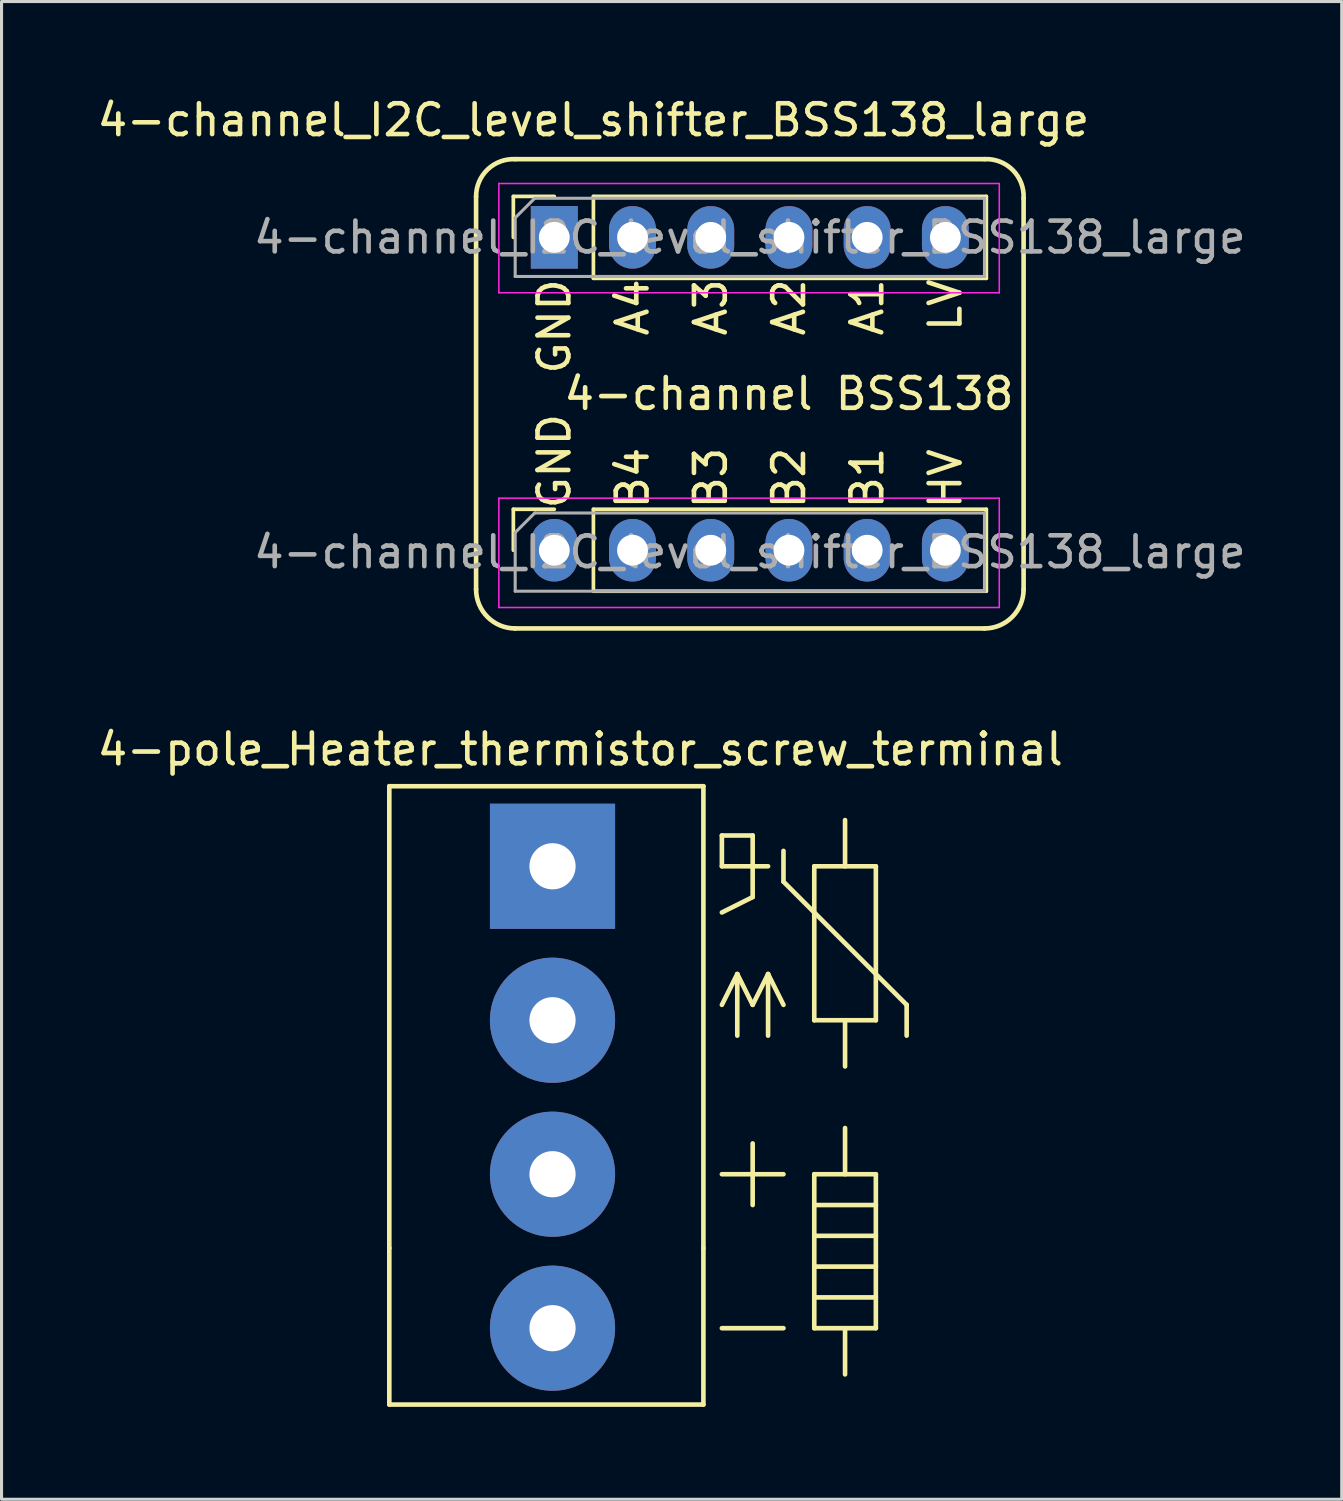
<source format=kicad_pcb>
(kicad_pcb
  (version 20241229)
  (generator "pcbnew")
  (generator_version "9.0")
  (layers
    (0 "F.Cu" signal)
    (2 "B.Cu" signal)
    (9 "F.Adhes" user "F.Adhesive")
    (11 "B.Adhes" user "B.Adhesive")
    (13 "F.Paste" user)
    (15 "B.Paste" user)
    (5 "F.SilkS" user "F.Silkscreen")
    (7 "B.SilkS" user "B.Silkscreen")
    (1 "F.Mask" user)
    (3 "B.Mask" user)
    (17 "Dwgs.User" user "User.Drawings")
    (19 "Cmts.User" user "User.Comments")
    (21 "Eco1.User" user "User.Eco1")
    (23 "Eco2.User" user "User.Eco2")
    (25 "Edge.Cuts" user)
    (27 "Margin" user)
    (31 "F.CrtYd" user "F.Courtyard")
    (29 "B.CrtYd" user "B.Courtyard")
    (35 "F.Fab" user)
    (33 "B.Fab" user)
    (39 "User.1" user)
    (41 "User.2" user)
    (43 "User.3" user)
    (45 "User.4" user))
  (footprint "4-pole_Heater_thermistor_screw_terminal"
    (layer "F.Cu")
    (at 14.892 25.081)
    (property "Reference" "4-pole_Heater_thermistor_screw_terminal" (at 0.9 -3.8 0) (layer "F.SilkS") (effects (font (size 1 1) (thickness 0.15))))
    (attr through_hole)
    (fp_line (start -5.3 -2.6) (end 4.9 -2.6) (stroke (width 0.15) (type solid)) (layer "F.SilkS"))
    (fp_line (start -5.3 12.4) (end -5.3 -2.6) (stroke (width 0.15) (type solid)) (layer "F.SilkS"))
    (fp_line (start -5.3 12.4) (end -5.3 17.48) (stroke (width 0.15) (type solid)) (layer "F.SilkS"))
    (fp_line (start 4.9 -2.6) (end 4.9 12.4) (stroke (width 0.15) (type solid)) (layer "F.SilkS"))
    (fp_line (start 4.9 17.48) (end -5.3 17.48) (stroke (width 0.15) (type solid)) (layer "F.SilkS"))
    (fp_line (start 4.9 17.48) (end 4.9 12.4) (stroke (width 0.15) (type solid)) (layer "F.SilkS"))
    (fp_line (start 5.5 -1) (end 5.5 0) (stroke (width 0.15) (type solid)) (layer "F.SilkS"))
    (fp_line (start 5.5 0) (end 7 0) (stroke (width 0.15) (type solid)) (layer "F.SilkS"))
    (fp_line (start 5.5 1.5) (end 6.5 1) (stroke (width 0.15) (type solid)) (layer "F.SilkS"))
    (fp_line (start 5.5 10) (end 7.5 10) (stroke (width 0.15) (type solid)) (layer "F.SilkS"))
    (fp_line (start 5.5 15) (end 7.5 15) (stroke (width 0.15) (type solid)) (layer "F.SilkS"))
    (fp_line (start 6 3.5) (end 5.5 4.5) (stroke (width 0.15) (type solid)) (layer "F.SilkS"))
    (fp_line (start 6 3.5) (end 6.5 4.5) (stroke (width 0.15) (type solid)) (layer "F.SilkS"))
    (fp_line (start 6 5.5) (end 6 3.5) (stroke (width 0.15) (type solid)) (layer "F.SilkS"))
    (fp_line (start 6.5 -1) (end 5.5 -1) (stroke (width 0.15) (type solid)) (layer "F.SilkS"))
    (fp_line (start 6.5 1) (end 6.5 -1) (stroke (width 0.15) (type solid)) (layer "F.SilkS"))
    (fp_line (start 6.5 11) (end 6.5 9) (stroke (width 0.15) (type solid)) (layer "F.SilkS"))
    (fp_line (start 7 3.5) (end 6.5 4.5) (stroke (width 0.15) (type solid)) (layer "F.SilkS"))
    (fp_line (start 7 3.5) (end 7.5 4.5) (stroke (width 0.15) (type solid)) (layer "F.SilkS"))
    (fp_line (start 7 5.5) (end 7 3.5) (stroke (width 0.15) (type solid)) (layer "F.SilkS"))
    (fp_line (start 7.5 0.5) (end 7.5 -0.5) (stroke (width 0.15) (type solid)) (layer "F.SilkS"))
    (fp_line (start 8.5 0) (end 8.5 5) (stroke (width 0.15) (type solid)) (layer "F.SilkS"))
    (fp_line (start 8.5 5) (end 10.5 5) (stroke (width 0.15) (type solid)) (layer "F.SilkS"))
    (fp_line (start 8.5 10) (end 10.5 10) (stroke (width 0.15) (type solid)) (layer "F.SilkS"))
    (fp_line (start 8.5 11) (end 10.5 11) (stroke (width 0.15) (type solid)) (layer "F.SilkS"))
    (fp_line (start 8.5 13) (end 10.5 13) (stroke (width 0.15) (type solid)) (layer "F.SilkS"))
    (fp_line (start 8.5 15) (end 8.5 10) (stroke (width 0.15) (type solid)) (layer "F.SilkS"))
    (fp_line (start 9.5 0) (end 9.5 -1.5) (stroke (width 0.15) (type solid)) (layer "F.SilkS"))
    (fp_line (start 9.5 5) (end 9.5 6.5) (stroke (width 0.15) (type solid)) (layer "F.SilkS"))
    (fp_line (start 9.5 10) (end 9.5 8.5) (stroke (width 0.15) (type solid)) (layer "F.SilkS"))
    (fp_line (start 9.5 15) (end 9.5 16.5) (stroke (width 0.15) (type solid)) (layer "F.SilkS"))
    (fp_line (start 10.5 0) (end 8.5 0) (stroke (width 0.15) (type solid)) (layer "F.SilkS"))
    (fp_line (start 10.5 5) (end 10.5 0) (stroke (width 0.15) (type solid)) (layer "F.SilkS"))
    (fp_line (start 10.5 10) (end 10.5 15) (stroke (width 0.15) (type solid)) (layer "F.SilkS"))
    (fp_line (start 10.5 12) (end 8.5 12) (stroke (width 0.15) (type solid)) (layer "F.SilkS"))
    (fp_line (start 10.5 14) (end 8.5 14) (stroke (width 0.15) (type solid)) (layer "F.SilkS"))
    (fp_line (start 10.5 15) (end 8.5 15) (stroke (width 0.15) (type solid)) (layer "F.SilkS"))
    (fp_line (start 11.5 4.5) (end 7.5 0.5) (stroke (width 0.15) (type solid)) (layer "F.SilkS"))
    (fp_line (start 11.5 5.5) (end 11.5 4.5) (stroke (width 0.15) (type solid)) (layer "F.SilkS"))
    (pad "1" thru_hole rect (at 0 0) (size 4.064 4.064) (drill 1.5) (layers "*.Cu" "*.Mask"))
    (pad "2" thru_hole circle (at 0 5) (size 4.064 4.064) (drill 1.5) (layers "*.Cu" "*.Mask"))
    (pad "3" thru_hole circle (at 0 10) (size 4.064 4.064) (drill 1.5) (layers "*.Cu" "*.Mask"))
    (pad "4" thru_hole circle (at 0 15) (size 4.064 4.064) (drill 1.5) (layers "*.Cu" "*.Mask")))
  (footprint "4-channel_I2C_level_shifter_BSS138_large"
    (layer "F.Cu")
    (at 14.95 4.658)
    (property "Reference" "4-channel_I2C_level_shifter_BSS138_large" (at 1.27 -3.81 180) (layer "F.SilkS") (effects (font (size 1 1) (thickness 0.15))))
    (attr through_hole)
    (fp_line (start -2.54 -1.33) (end -2.54 11.43) (stroke (width 0.15) (type solid)) (layer "F.SilkS"))
    (fp_line (start -1.33 -1.33) (end 0 -1.33) (stroke (width 0.12) (type solid)) (layer "F.SilkS"))
    (fp_line (start -1.33 0) (end -1.33 -1.33) (stroke (width 0.12) (type solid)) (layer "F.SilkS"))
    (fp_line (start -1.33 8.83) (end 0 8.83) (stroke (width 0.12) (type solid)) (layer "F.SilkS"))
    (fp_line (start -1.33 10.16) (end -1.33 8.83) (stroke (width 0.12) (type solid)) (layer "F.SilkS"))
    (fp_line (start -1.27 12.7) (end 13.97 12.7) (stroke (width 0.15) (type solid)) (layer "F.SilkS"))
    (fp_line (start 1.27 -1.33) (end 14.03 -1.33) (stroke (width 0.12) (type solid)) (layer "F.SilkS"))
    (fp_line (start 1.27 1.33) (end 1.27 -1.33) (stroke (width 0.12) (type solid)) (layer "F.SilkS"))
    (fp_line (start 1.27 1.33) (end 14.03 1.33) (stroke (width 0.12) (type solid)) (layer "F.SilkS"))
    (fp_line (start 1.27 8.83) (end 14.03 8.83) (stroke (width 0.12) (type solid)) (layer "F.SilkS"))
    (fp_line (start 1.27 11.49) (end 1.27 8.83) (stroke (width 0.12) (type solid)) (layer "F.SilkS"))
    (fp_line (start 1.27 11.49) (end 14.03 11.49) (stroke (width 0.12) (type solid)) (layer "F.SilkS"))
    (fp_line (start 13.97 -2.54) (end -1.27 -2.54) (stroke (width 0.15) (type solid)) (layer "F.SilkS"))
    (fp_line (start 14.03 1.33) (end 14.03 -1.33) (stroke (width 0.12) (type solid)) (layer "F.SilkS"))
    (fp_line (start 14.03 11.49) (end 14.03 8.83) (stroke (width 0.12) (type solid)) (layer "F.SilkS"))
    (fp_line (start 15.24 11.43) (end 15.24 -1.27) (stroke (width 0.15) (type solid)) (layer "F.SilkS"))
    (fp_arc (start -2.54 -1.33) (mid -2.164143 -2.20653) (end -1.270074 -2.538515) (stroke (width 0.15) (type solid)) (layer "F.SilkS"))
    (fp_arc (start -1.27 12.7) (mid -2.168026 12.328026) (end -2.54 11.43) (stroke (width 0.15) (type solid)) (layer "F.SilkS"))
    (fp_arc (start 13.97 -2.539999) (mid 14.88665 -2.18665) (end 15.239999 -1.27) (stroke (width 0.15) (type solid)) (layer "F.SilkS"))
    (fp_arc (start 15.24 11.43) (mid 14.868026 12.328026) (end 13.97 12.7) (stroke (width 0.15) (type solid)) (layer "F.SilkS"))
    (fp_line (start -1.8 -1.75) (end 14.45 -1.75) (stroke (width 0.05) (type solid)) (layer "F.CrtYd"))
    (fp_line (start -1.8 1.8) (end -1.8 -1.75) (stroke (width 0.05) (type solid)) (layer "F.CrtYd"))
    (fp_line (start -1.8 8.47) (end 14.45 8.47) (stroke (width 0.05) (type solid)) (layer "F.CrtYd"))
    (fp_line (start -1.8 12.02) (end -1.8 8.47) (stroke (width 0.05) (type solid)) (layer "F.CrtYd"))
    (fp_line (start 14.45 -1.75) (end 14.45 1.8) (stroke (width 0.05) (type solid)) (layer "F.CrtYd"))
    (fp_line (start 14.45 1.8) (end -1.8 1.8) (stroke (width 0.05) (type solid)) (layer "F.CrtYd"))
    (fp_line (start 14.45 8.47) (end 14.45 12.02) (stroke (width 0.05) (type solid)) (layer "F.CrtYd"))
    (fp_line (start 14.45 12.02) (end -1.8 12.02) (stroke (width 0.05) (type solid)) (layer "F.CrtYd"))
    (fp_line (start -1.27 -0.635) (end -0.635 -1.27) (stroke (width 0.1) (type solid)) (layer "F.Fab"))
    (fp_line (start -1.27 1.27) (end -1.27 -0.635) (stroke (width 0.1) (type solid)) (layer "F.Fab"))
    (fp_line (start -1.27 9.585) (end -0.635 8.95) (stroke (width 0.1) (type solid)) (layer "F.Fab"))
    (fp_line (start -1.27 11.49) (end -1.27 9.585) (stroke (width 0.1) (type solid)) (layer "F.Fab"))
    (fp_line (start -0.635 -1.27) (end 13.97 -1.27) (stroke (width 0.1) (type solid)) (layer "F.Fab"))
    (fp_line (start -0.635 8.95) (end 13.97 8.95) (stroke (width 0.1) (type solid)) (layer "F.Fab"))
    (fp_line (start 13.97 -1.27) (end 13.97 1.27) (stroke (width 0.1) (type solid)) (layer "F.Fab"))
    (fp_line (start 13.97 1.27) (end -1.27 1.27) (stroke (width 0.1) (type solid)) (layer "F.Fab"))
    (fp_line (start 13.97 8.95) (end 13.97 11.49) (stroke (width 0.1) (type solid)) (layer "F.Fab"))
    (fp_line (start 13.97 11.49) (end -1.27 11.49) (stroke (width 0.1) (type solid)) (layer "F.Fab"))
    (fp_text user "A1" (at 10.16 1.27 90) (unlocked yes) (layer "F.SilkS") (effects (font (size 1 1) (thickness 0.15)) (justify right)))
    (fp_text user "4-channel BSS138" (at 7.62 5.08 0) (unlocked yes) (layer "F.SilkS") (effects (font (size 1 1) (thickness 0.15))))
    (fp_text user "B4" (at 2.54 8.89 90) (unlocked yes) (layer "F.SilkS") (effects (font (size 1 1) (thickness 0.15)) (justify left)))
    (fp_text user "LV" (at 12.7 1.27 90) (unlocked yes) (layer "F.SilkS") (effects (font (size 1 1) (thickness 0.15)) (justify right)))
    (fp_text user "A4" (at 2.54 1.27 90) (unlocked yes) (layer "F.SilkS") (effects (font (size 1 1) (thickness 0.15)) (justify right)))
    (fp_text user "B2" (at 7.62 8.89 90) (unlocked yes) (layer "F.SilkS") (effects (font (size 1 1) (thickness 0.15)) (justify left)))
    (fp_text user "A3" (at 5.08 1.27 90) (unlocked yes) (layer "F.SilkS") (effects (font (size 1 1) (thickness 0.15)) (justify right)))
    (fp_text user "GND" (at 0 8.89 90) (unlocked yes) (layer "F.SilkS") (effects (font (size 1 1) (thickness 0.15)) (justify left)))
    (fp_text user "HV" (at 12.7 8.89 90) (unlocked yes) (layer "F.SilkS") (effects (font (size 1 1) (thickness 0.15)) (justify left)))
    (fp_text user "A2" (at 7.62 1.27 90) (unlocked yes) (layer "F.SilkS") (effects (font (size 1 1) (thickness 0.15)) (justify right)))
    (fp_text user "B1" (at 10.16 8.89 90) (unlocked yes) (layer "F.SilkS") (effects (font (size 1 1) (thickness 0.15)) (justify left)))
    (fp_text user "GND" (at 0 1.27 90) (unlocked yes) (layer "F.SilkS") (effects (font (size 1 1) (thickness 0.15)) (justify right)))
    (fp_text user "B3" (at 5.08 8.89 90) (unlocked yes) (layer "F.SilkS") (effects (font (size 1 1) (thickness 0.15)) (justify left)))
    (fp_text user "${REFERENCE}" (at 6.35 0 180) (layer "F.Fab") (effects (font (size 1 1) (thickness 0.15))))
    (fp_text user "${REFERENCE}" (at 6.35 10.22 180) (layer "F.Fab") (effects (font (size 1 1) (thickness 0.15))))
    (pad "1" thru_hole rect (at 0 0 90) (size 2.032 1.524) (drill 1) (layers "*.Cu" "*.Mask"))
    (pad "2" thru_hole oval (at 2.54 0 90) (size 2.032 1.524) (drill 1) (layers "*.Cu" "*.Mask"))
    (pad "3" thru_hole oval (at 5.08 0 90) (size 2.032 1.524) (drill 1) (layers "*.Cu" "*.Mask"))
    (pad "4" thru_hole oval (at 7.62 0 90) (size 2.032 1.524) (drill 1) (layers "*.Cu" "*.Mask"))
    (pad "5" thru_hole oval (at 10.16 0 90) (size 2.032 1.524) (drill 1) (layers "*.Cu" "*.Mask"))
    (pad "6" thru_hole oval (at 12.7 0 90) (size 2.032 1.524) (drill 1) (layers "*.Cu" "*.Mask"))
    (pad "7" thru_hole oval (at 0 10.16 90) (size 2.032 1.524) (drill 1) (layers "*.Cu" "*.Mask"))
    (pad "8" thru_hole oval (at 2.54 10.16 90) (size 2.032 1.524) (drill 1) (layers "*.Cu" "*.Mask"))
    (pad "9" thru_hole oval (at 5.08 10.16 90) (size 2.032 1.524) (drill 1) (layers "*.Cu" "*.Mask"))
    (pad "10" thru_hole oval (at 7.62 10.16 90) (size 2.032 1.524) (drill 1) (layers "*.Cu" "*.Mask"))
    (pad "11" thru_hole oval (at 10.16 10.16 90) (size 2.032 1.524) (drill 1) (layers "*.Cu" "*.Mask"))
    (pad "12" thru_hole oval (at 12.7 10.16 90) (size 2.032 1.524) (drill 1) (layers "*.Cu" "*.Mask")))
  (gr_rect
    (start -3 -3)
    (end 40.52 45.636)
    (stroke (width 0.1) (type default))
    (fill no)
    (layer "Edge.Cuts")))
</source>
